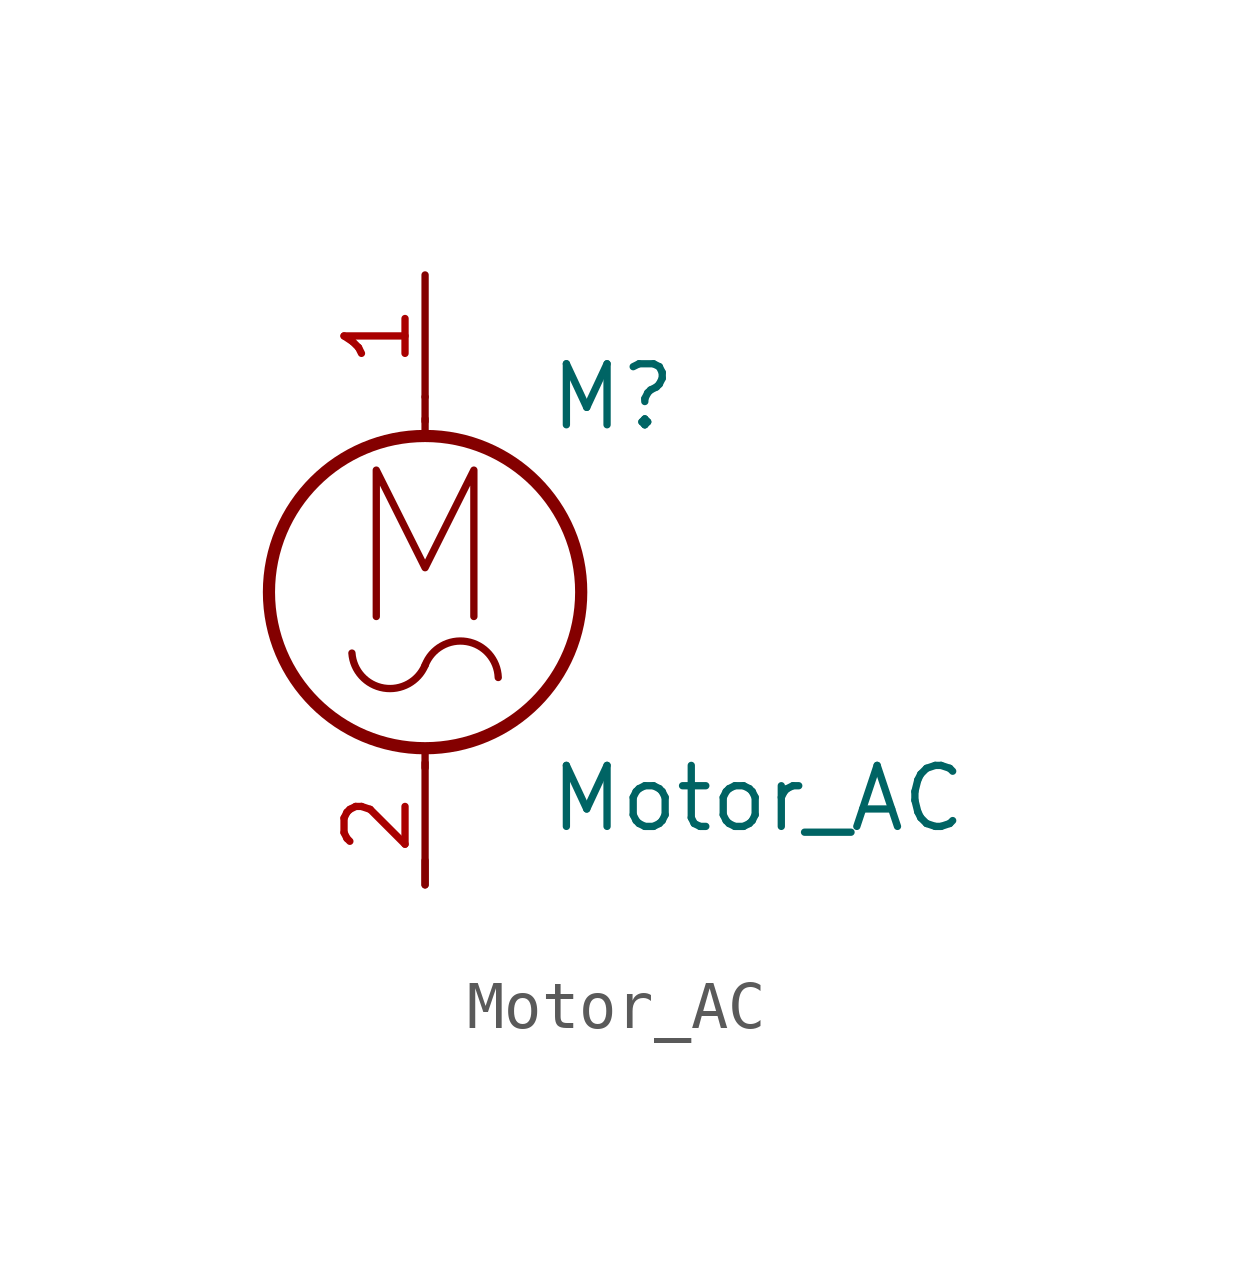
<source format=kicad_sym>
(kicad_symbol_lib
  (version 20211014)
  (generator kicad_symbol_editor)
  (symbol "Motor_AC"
    (pin_names
      (offset 0))
    (property "Reference" "M"
      (at 2.54 2.54 0)
      (effects (font (size 1.27 1.27)) (justify left)))
    (property "Value" "Motor_AC"
      (at 2.54 -5.08 0)
      (effects (font (size 1.27 1.27)) (justify left top)))
    (symbol "Motor_AC_0_0"
      (arc (start -1.524 -2.794) (mid -0.8622 -3.5222) (end 0 -3.048) (stroke (width 0) (type default) (color 0 0 0 0)) (fill (type none)))
      (polyline (pts (xy -1.016 -2.032) (xy -1.016 1.016) (xy 0 -1.016) (xy 1.016 1.016) (xy 1.016 -2.032)) (stroke (width 0) (type default) (color 0 0 0 0)) (fill (type none)))
      (arc (start 1.524 -3.302) (mid 0.8657 -2.5527) (end 0 -3.048) (stroke (width 0) (type default) (color 0 0 0 0)) (fill (type none))))
    (symbol "Motor_AC_0_1"
      (circle (center 0 -1.524) (radius 3.251) (stroke (width 0.254) (type default) (color 0 0 0 0)) (fill (type none)))
      (polyline (pts (xy 0 -7.62) (xy 0 -7.112)) (stroke (width 0) (type default) (color 0 0 0 0)) (fill (type none)))
      (polyline (pts (xy 0 -4.775) (xy 0 -5.182)) (stroke (width 0) (type default) (color 0 0 0 0)) (fill (type none)))
      (polyline (pts (xy 0 1.727) (xy 0 2.083)) (stroke (width 0) (type default) (color 0 0 0 0)) (fill (type none)))
      (polyline (pts (xy 0 2.032) (xy 0 2.54)) (stroke (width 0) (type default) (color 0 0 0 0)) (fill (type none))))
    (symbol "Motor_AC_1_1"
      (pin passive line (at 0 5.08 270) (length 2.54) (name "~" (effects (font (size 1.27 1.27)))) (number "1" (effects (font (size 1.27 1.27)))))
      (pin passive line (at 0 -7.62 90) (length 2.54) (name "~" (effects (font (size 1.27 1.27)))) (number "2" (effects (font (size 1.27 1.27))))))))
</source>
